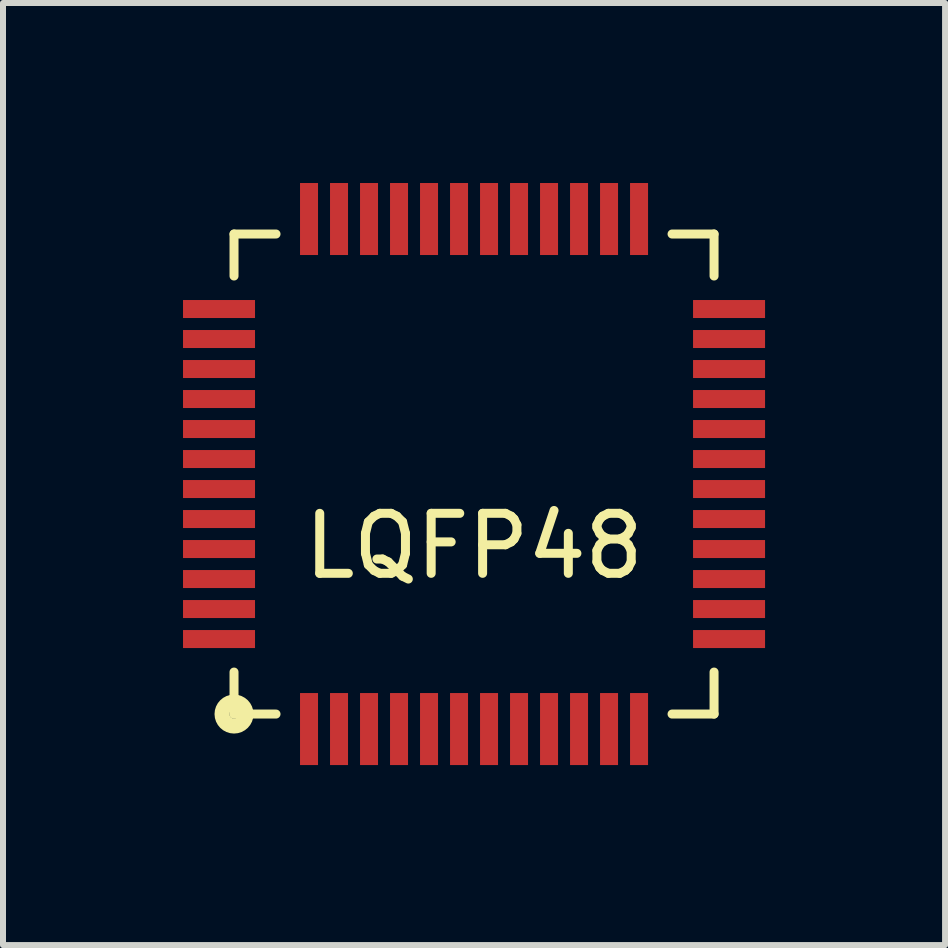
<source format=kicad_pcb>
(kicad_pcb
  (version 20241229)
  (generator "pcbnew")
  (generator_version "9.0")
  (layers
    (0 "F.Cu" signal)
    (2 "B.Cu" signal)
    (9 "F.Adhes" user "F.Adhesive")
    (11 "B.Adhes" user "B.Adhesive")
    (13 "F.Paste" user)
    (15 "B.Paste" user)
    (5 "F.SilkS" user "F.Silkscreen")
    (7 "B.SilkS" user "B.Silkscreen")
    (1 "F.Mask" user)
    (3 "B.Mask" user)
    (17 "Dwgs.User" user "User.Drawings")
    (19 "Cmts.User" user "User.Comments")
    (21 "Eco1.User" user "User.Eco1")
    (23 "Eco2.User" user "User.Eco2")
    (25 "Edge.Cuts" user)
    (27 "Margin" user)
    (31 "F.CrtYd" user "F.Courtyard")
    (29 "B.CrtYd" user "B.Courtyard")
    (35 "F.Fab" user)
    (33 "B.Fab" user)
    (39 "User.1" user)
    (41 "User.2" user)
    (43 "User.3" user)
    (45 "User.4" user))
  (footprint "LQFP48"
    (layer "F.Cu")
    (at 4.85 4.85)
    (property "Reference" "LQFP48" (at 0 1.2 0) (layer "F.SilkS") (effects (font (size 1 1) (thickness 0.15))))
    (attr through_hole)
    (fp_line (start -4 -4) (end -3.3 -4) (stroke (width 0.15) (type solid)) (layer "F.SilkS"))
    (fp_line (start -4 -3.3) (end -4 -4) (stroke (width 0.15) (type solid)) (layer "F.SilkS"))
    (fp_line (start -4 4) (end -4 3.3) (stroke (width 0.15) (type solid)) (layer "F.SilkS"))
    (fp_line (start -3.3 4) (end -4 4) (stroke (width 0.15) (type solid)) (layer "F.SilkS"))
    (fp_line (start 3.3 -4) (end 4 -4) (stroke (width 0.15) (type solid)) (layer "F.SilkS"))
    (fp_line (start 4 -4) (end 4 -3.3) (stroke (width 0.15) (type solid)) (layer "F.SilkS"))
    (fp_line (start 4 4) (end 3.3 4) (stroke (width 0.15) (type solid)) (layer "F.SilkS"))
    (fp_line (start 4 4) (end 4 3.3) (stroke (width 0.15) (type solid)) (layer "F.SilkS"))
    (fp_circle (center -4 4) (end -3.8 4) (stroke (width 0.25) (type solid)) (fill no) (layer "F.SilkS"))
    (pad "1" smd rect (at -2.75 4.25) (size 0.3 1.2) (layers "F.Cu" "F.Mask" "F.Paste"))
    (pad "2" smd rect (at -2.25 4.25) (size 0.3 1.2) (layers "F.Cu" "F.Mask" "F.Paste"))
    (pad "3" smd rect (at -1.75 4.25) (size 0.3 1.2) (layers "F.Cu" "F.Mask" "F.Paste"))
    (pad "4" smd rect (at -1.25 4.25) (size 0.3 1.2) (layers "F.Cu" "F.Mask" "F.Paste"))
    (pad "5" smd rect (at -0.75 4.25) (size 0.3 1.2) (layers "F.Cu" "F.Mask" "F.Paste"))
    (pad "6" smd rect (at -0.25 4.25) (size 0.3 1.2) (layers "F.Cu" "F.Mask" "F.Paste"))
    (pad "7" smd rect (at 0.25 4.25) (size 0.3 1.2) (layers "F.Cu" "F.Mask" "F.Paste"))
    (pad "8" smd rect (at 0.75 4.25) (size 0.3 1.2) (layers "F.Cu" "F.Mask" "F.Paste"))
    (pad "9" smd rect (at 1.25 4.25) (size 0.3 1.2) (layers "F.Cu" "F.Mask" "F.Paste"))
    (pad "10" smd rect (at 1.75 4.25) (size 0.3 1.2) (layers "F.Cu" "F.Mask" "F.Paste"))
    (pad "11" smd rect (at 2.25 4.25) (size 0.3 1.2) (layers "F.Cu" "F.Mask" "F.Paste"))
    (pad "12" smd rect (at 2.75 4.25) (size 0.3 1.2) (layers "F.Cu" "F.Mask" "F.Paste"))
    (pad "13" smd rect (at 4.25 2.75) (size 1.2 0.3) (layers "F.Cu" "F.Mask" "F.Paste"))
    (pad "14" smd rect (at 4.25 2.25) (size 1.2 0.3) (layers "F.Cu" "F.Mask" "F.Paste"))
    (pad "15" smd rect (at 4.25 1.75) (size 1.2 0.3) (layers "F.Cu" "F.Mask" "F.Paste"))
    (pad "16" smd rect (at 4.25 1.25) (size 1.2 0.3) (layers "F.Cu" "F.Mask" "F.Paste"))
    (pad "17" smd rect (at 4.25 0.75) (size 1.2 0.3) (layers "F.Cu" "F.Mask" "F.Paste"))
    (pad "18" smd rect (at 4.25 0.25) (size 1.2 0.3) (layers "F.Cu" "F.Mask" "F.Paste"))
    (pad "19" smd rect (at 4.25 -0.25) (size 1.2 0.3) (layers "F.Cu" "F.Mask" "F.Paste"))
    (pad "20" smd rect (at 4.25 -0.75) (size 1.2 0.3) (layers "F.Cu" "F.Mask" "F.Paste"))
    (pad "21" smd rect (at 4.25 -1.25) (size 1.2 0.3) (layers "F.Cu" "F.Mask" "F.Paste"))
    (pad "22" smd rect (at 4.25 -1.75) (size 1.2 0.3) (layers "F.Cu" "F.Mask" "F.Paste"))
    (pad "23" smd rect (at 4.25 -2.25) (size 1.2 0.3) (layers "F.Cu" "F.Mask" "F.Paste"))
    (pad "24" smd rect (at 4.25 -2.75) (size 1.2 0.3) (layers "F.Cu" "F.Mask" "F.Paste"))
    (pad "25" smd rect (at 2.75 -4.25) (size 0.3 1.2) (layers "F.Cu" "F.Mask" "F.Paste"))
    (pad "26" smd rect (at 2.25 -4.25) (size 0.3 1.2) (layers "F.Cu" "F.Mask" "F.Paste"))
    (pad "27" smd rect (at 1.75 -4.25) (size 0.3 1.2) (layers "F.Cu" "F.Mask" "F.Paste"))
    (pad "28" smd rect (at 1.25 -4.25) (size 0.3 1.2) (layers "F.Cu" "F.Mask" "F.Paste"))
    (pad "29" smd rect (at 0.75 -4.25) (size 0.3 1.2) (layers "F.Cu" "F.Mask" "F.Paste"))
    (pad "30" smd rect (at 0.25 -4.25) (size 0.3 1.2) (layers "F.Cu" "F.Mask" "F.Paste"))
    (pad "31" smd rect (at -0.25 -4.25) (size 0.3 1.2) (layers "F.Cu" "F.Mask" "F.Paste"))
    (pad "32" smd rect (at -0.75 -4.25) (size 0.3 1.2) (layers "F.Cu" "F.Mask" "F.Paste"))
    (pad "33" smd rect (at -1.25 -4.25) (size 0.3 1.2) (layers "F.Cu" "F.Mask" "F.Paste"))
    (pad "34" smd rect (at -1.75 -4.25) (size 0.3 1.2) (layers "F.Cu" "F.Mask" "F.Paste"))
    (pad "35" smd rect (at -2.25 -4.25) (size 0.3 1.2) (layers "F.Cu" "F.Mask" "F.Paste"))
    (pad "36" smd rect (at -2.75 -4.25) (size 0.3 1.2) (layers "F.Cu" "F.Mask" "F.Paste"))
    (pad "37" smd rect (at -4.25 -2.75) (size 1.2 0.3) (layers "F.Cu" "F.Mask" "F.Paste"))
    (pad "38" smd rect (at -4.25 -2.25) (size 1.2 0.3) (layers "F.Cu" "F.Mask" "F.Paste"))
    (pad "39" smd rect (at -4.25 -1.75) (size 1.2 0.3) (layers "F.Cu" "F.Mask" "F.Paste"))
    (pad "40" smd rect (at -4.25 -1.25) (size 1.2 0.3) (layers "F.Cu" "F.Mask" "F.Paste"))
    (pad "41" smd rect (at -4.25 -0.75) (size 1.2 0.3) (layers "F.Cu" "F.Mask" "F.Paste"))
    (pad "42" smd rect (at -4.25 -0.25) (size 1.2 0.3) (layers "F.Cu" "F.Mask" "F.Paste"))
    (pad "43" smd rect (at -4.25 0.25) (size 1.2 0.3) (layers "F.Cu" "F.Mask" "F.Paste"))
    (pad "44" smd rect (at -4.25 0.75) (size 1.2 0.3) (layers "F.Cu" "F.Mask" "F.Paste"))
    (pad "45" smd rect (at -4.25 1.25) (size 1.2 0.3) (layers "F.Cu" "F.Mask" "F.Paste"))
    (pad "46" smd rect (at -4.25 1.75) (size 1.2 0.3) (layers "F.Cu" "F.Mask" "F.Paste"))
    (pad "47" smd rect (at -4.25 2.25) (size 1.2 0.3) (layers "F.Cu" "F.Mask" "F.Paste"))
    (pad "48" smd rect (at -4.25 2.75) (size 1.2 0.3) (layers "F.Cu" "F.Mask" "F.Paste")))
  (gr_rect
    (start -3 -3)
    (end 12.7 12.7)
    (stroke (width 0.1) (type default))
    (fill no)
    (layer "Edge.Cuts")))
</source>
